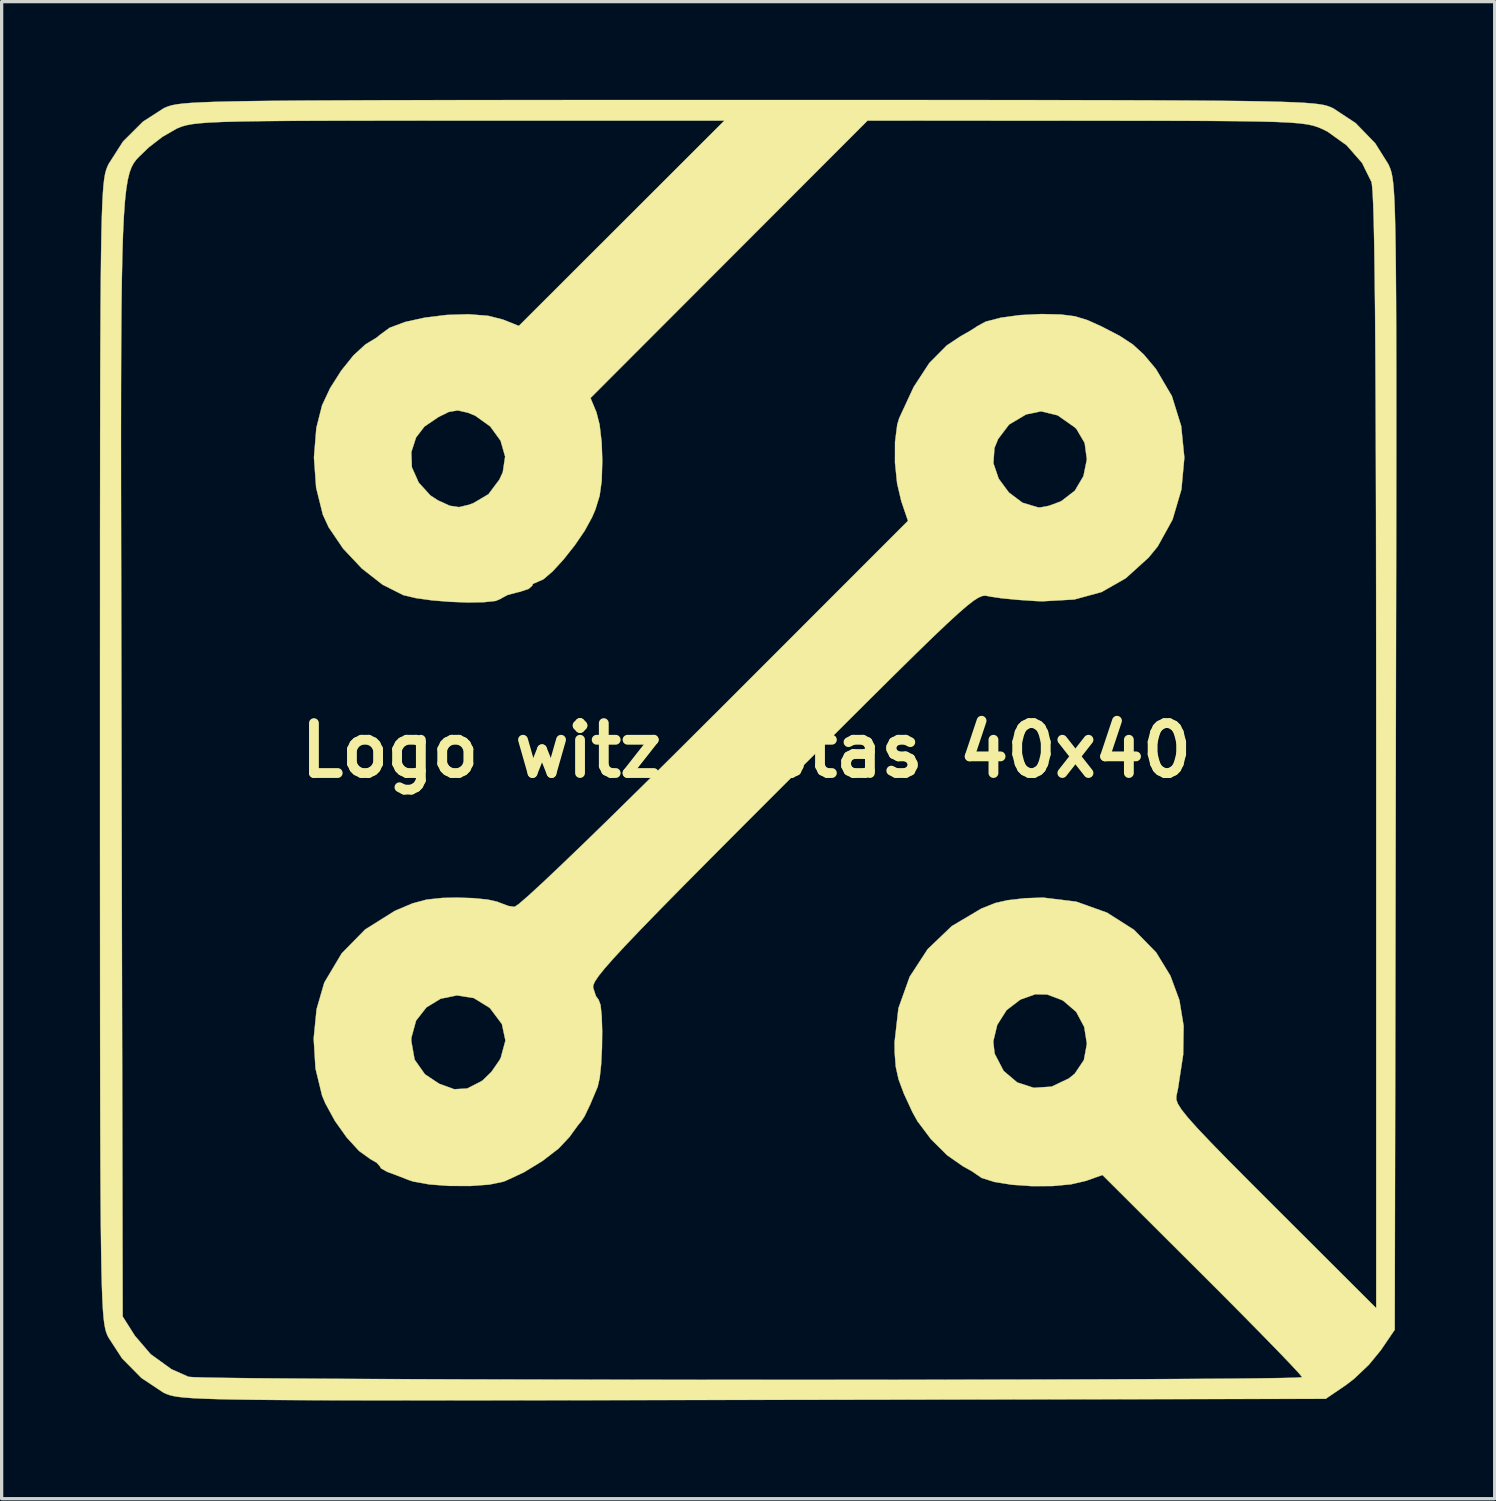
<source format=kicad_pcb>
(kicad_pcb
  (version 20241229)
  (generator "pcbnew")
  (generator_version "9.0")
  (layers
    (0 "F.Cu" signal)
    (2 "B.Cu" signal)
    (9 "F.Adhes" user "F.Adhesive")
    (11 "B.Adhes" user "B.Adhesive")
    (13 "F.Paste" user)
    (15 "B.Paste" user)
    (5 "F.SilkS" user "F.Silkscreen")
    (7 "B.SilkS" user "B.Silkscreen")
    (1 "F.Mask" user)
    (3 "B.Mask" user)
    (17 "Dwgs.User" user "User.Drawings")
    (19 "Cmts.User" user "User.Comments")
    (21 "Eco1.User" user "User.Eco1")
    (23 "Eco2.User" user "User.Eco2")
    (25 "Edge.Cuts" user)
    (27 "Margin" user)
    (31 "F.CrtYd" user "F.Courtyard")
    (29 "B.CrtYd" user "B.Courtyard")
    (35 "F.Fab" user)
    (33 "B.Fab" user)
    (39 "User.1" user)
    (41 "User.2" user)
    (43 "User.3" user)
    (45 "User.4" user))
  (footprint "Logo witz pistas 40x40"
    (layer "F.Cu")
    (at 19.747 19.872)
    (property "Reference" "Logo witz pistas 40x40" (at 0 0 0) (layer "F.SilkS") (effects (font (size 1.524 1.524) (thickness 0.3))))
    (attr through_hole)
    (fp_poly (pts (xy 9.611 -13.315) (xy 10.037 -13.261) (xy 10.422 -13.143) (xy 10.853 -12.948) (xy 11.406 -12.661) (xy 11.806 -12.399) (xy 12.136 -12.096) (xy 12.479 -11.689) (xy 12.523 -11.631) (xy 12.997 -10.825) (xy 13.281 -9.911) (xy 13.378 -8.944) (xy 13.289 -7.973) (xy 13.018 -7.052) (xy 12.565 -6.232) (xy 12.287 -5.892) (xy 11.588 -5.259) (xy 10.848 -4.838) (xy 10.016 -4.611) (xy 9.042 -4.556) (xy 8.837 -4.564) (xy 8.288 -4.601) (xy 7.795 -4.649) (xy 7.442 -4.701) (xy 7.374 -4.716) (xy 7.296 -4.729) (xy 7.208 -4.718) (xy 7.095 -4.672) (xy 6.945 -4.577) (xy 6.744 -4.421) (xy 6.479 -4.192) (xy 6.136 -3.877) (xy 5.702 -3.465) (xy 5.164 -2.942) (xy 4.508 -2.296) (xy 3.72 -1.515) (xy 2.788 -0.586) (xy 1.698 0.502) (xy 1.138 1.063) (xy -0.046 2.247) (xy -1.062 3.268) (xy -1.924 4.137) (xy -2.643 4.867) (xy -3.23 5.472) (xy -3.699 5.963) (xy -4.06 6.354) (xy -4.327 6.657) (xy -4.51 6.885) (xy -4.622 7.051) (xy -4.675 7.167) (xy -4.681 7.243) (xy -4.595 7.504) (xy -4.512 7.617) (xy -4.454 7.774) (xy -4.418 8.115) (xy -4.404 8.574) (xy -4.41 9.086) (xy -4.435 9.584) (xy -4.48 10.002) (xy -4.542 10.274) (xy -4.769 10.812) (xy -4.942 11.173) (xy -5.036 11.317) (xy -5.146 11.452) (xy -5.335 11.711) (xy -5.398 11.8) (xy -5.733 12.157) (xy -6.227 12.538) (xy -6.798 12.887) (xy -7.365 13.15) (xy -7.419 13.17) (xy -7.848 13.26) (xy -8.43 13.303) (xy -9.072 13.301) (xy -9.684 13.255) (xy -10.174 13.167) (xy -10.311 13.122) (xy -10.664 12.984) (xy -10.947 12.879) (xy -10.971 12.871) (xy -11.156 12.766) (xy -11.191 12.706) (xy -11.292 12.592) (xy -11.488 12.479) (xy -11.828 12.235) (xy -12.205 11.824) (xy -12.567 11.315) (xy -12.861 10.777) (xy -12.959 10.542) (xy -13.16 9.716) (xy -13.211 8.874) (xy -10.235 8.874) (xy -10.133 9.445) (xy -9.818 9.891) (xy -9.382 10.181) (xy -8.922 10.348) (xy -8.528 10.326) (xy -8.099 10.107) (xy -8.048 10.072) (xy -7.784 9.814) (xy -7.538 9.457) (xy -7.502 9.389) (xy -7.359 8.861) (xy -7.466 8.358) (xy -7.822 7.882) (xy -7.852 7.854) (xy -8.325 7.563) (xy -8.838 7.481) (xy -9.338 7.583) (xy -9.773 7.848) (xy -10.089 8.253) (xy -10.232 8.775) (xy -10.235 8.874) (xy -13.211 8.874) (xy -13.216 8.804) (xy -13.127 7.904) (xy -12.898 7.112) (xy -12.883 7.077) (xy -12.36 6.198) (xy -11.643 5.468) (xy -10.752 4.909) (xy -10.688 4.879) (xy -10.197 4.672) (xy -9.768 4.556) (xy -9.286 4.505) (xy -8.859 4.495) (xy -8.345 4.511) (xy -7.901 4.555) (xy -7.611 4.62) (xy -7.578 4.634) (xy -7.269 4.75) (xy -7.081 4.778) (xy -6.95 4.69) (xy -6.655 4.435) (xy -6.207 4.023) (xy -5.62 3.467) (xy -4.903 2.778) (xy -4.071 1.967) (xy -3.134 1.046) (xy -2.105 0.026) (xy -0.995 -1.08) (xy -0.957 -1.117) (xy 4.937 -7.013) (xy 4.732 -7.616) (xy 4.605 -8.157) (xy 4.542 -8.774) (xy 7.545 -8.774) (xy 7.707 -8.301) (xy 8.019 -7.878) (xy 8.435 -7.566) (xy 8.908 -7.424) (xy 8.972 -7.422) (xy 9.239 -7.472) (xy 9.584 -7.599) (xy 9.622 -7.617) (xy 10.033 -7.933) (xy 10.297 -8.38) (xy 10.401 -8.89) (xy 10.334 -9.392) (xy 10.083 -9.819) (xy 10.032 -9.868) (xy 9.509 -10.236) (xy 9 -10.359) (xy 8.543 -10.263) (xy 8.025 -9.955) (xy 7.691 -9.514) (xy 7.578 -9.238) (xy 7.545 -8.774) (xy 4.542 -8.774) (xy 4.54 -8.791) (xy 4.541 -9.42) (xy 4.609 -9.951) (xy 4.668 -10.148) (xy 5.111 -11.102) (xy 5.589 -11.834) (xy 6.123 -12.372) (xy 6.539 -12.648) (xy 6.834 -12.816) (xy 7.021 -12.935) (xy 7.042 -12.952) (xy 7.309 -13.097) (xy 7.767 -13.216) (xy 8.352 -13.297) (xy 9.004 -13.329) (xy 9.039 -13.329) (xy 9.611 -13.315)) (stroke (width 0.01) (type solid)) (fill yes) (layer "F.SilkS"))
    (fp_poly (pts (xy 2.497 -19.867) (xy 4.693 -19.867) (xy 6.662 -19.866) (xy 8.419 -19.865) (xy 9.974 -19.863) (xy 11.343 -19.86) (xy 12.536 -19.856) (xy 13.566 -19.85) (xy 14.447 -19.843) (xy 15.192 -19.835) (xy 15.812 -19.824) (xy 16.321 -19.812) (xy 16.732 -19.797) (xy 17.056 -19.78) (xy 17.308 -19.76) (xy 17.499 -19.738) (xy 17.643 -19.713) (xy 17.752 -19.684) (xy 17.839 -19.652) (xy 17.916 -19.617) (xy 17.923 -19.614) (xy 18.61 -19.162) (xy 19.209 -18.544) (xy 19.61 -17.904) (xy 19.646 -17.824) (xy 19.679 -17.739) (xy 19.708 -17.636) (xy 19.734 -17.503) (xy 19.757 -17.327) (xy 19.777 -17.094) (xy 19.795 -16.793) (xy 19.809 -16.411) (xy 19.821 -15.935) (xy 19.831 -15.352) (xy 19.839 -14.65) (xy 19.845 -13.815) (xy 19.849 -12.836) (xy 19.851 -11.699) (xy 19.852 -10.393) (xy 19.851 -8.903) (xy 19.85 -7.218) (xy 19.847 -5.325) (xy 19.843 -3.21) (xy 19.839 -0.863) (xy 19.837 0.173) (xy 19.804 17.695) (xy 19.377 18.322) (xy 19.012 18.766) (xy 18.559 19.195) (xy 18.322 19.377) (xy 17.695 19.804) (xy 0.203 19.837) (xy -2.243 19.841) (xy -4.449 19.845) (xy -6.429 19.848) (xy -8.196 19.85) (xy -9.763 19.851) (xy -11.141 19.85) (xy -12.343 19.849) (xy -13.383 19.845) (xy -14.273 19.84) (xy -15.026 19.833) (xy -15.654 19.824) (xy -16.169 19.813) (xy -16.586 19.799) (xy -16.915 19.783) (xy -17.171 19.764) (xy -17.366 19.742) (xy -17.511 19.717) (xy -17.621 19.689) (xy -17.708 19.658) (xy -17.784 19.623) (xy -17.809 19.611) (xy -18.476 19.168) (xy -19.068 18.569) (xy -19.488 17.923) (xy -19.524 17.846) (xy -19.556 17.76) (xy -19.584 17.654) (xy -19.61 17.514) (xy -19.633 17.327) (xy -19.653 17.082) (xy -19.67 16.764) (xy -19.685 16.362) (xy -19.698 15.863) (xy -19.708 15.253) (xy -19.717 14.521) (xy -19.724 13.653) (xy -19.73 12.637) (xy -19.734 11.46) (xy -19.737 10.109) (xy -19.739 8.572) (xy -19.74 6.835) (xy -19.741 4.887) (xy -19.742 2.714) (xy -19.742 0.304) (xy -19.742 0.022) (xy -19.742 -2.415) (xy -19.741 -4.613) (xy -19.741 -6.586) (xy -19.739 -8.344) (xy -19.738 -9.693) (xy -19.102 -9.693) (xy -19.101 -8.086) (xy -19.098 -6.276) (xy -19.094 -4.251) (xy -19.089 -1.999) (xy -19.085 0.189) (xy -19.05 17.29) (xy -18.677 17.879) (xy -18.196 18.441) (xy -17.562 18.899) (xy -17.038 19.132) (xy -16.879 19.144) (xy -16.489 19.155) (xy -15.885 19.165) (xy -15.085 19.175) (xy -14.107 19.183) (xy -12.969 19.191) (xy -11.687 19.198) (xy -10.281 19.204) (xy -8.767 19.21) (xy -7.163 19.214) (xy -5.486 19.218) (xy -3.755 19.221) (xy -1.987 19.223) (xy -0.2 19.224) (xy 1.589 19.225) (xy 3.362 19.224) (xy 5.101 19.223) (xy 6.789 19.22) (xy 8.408 19.217) (xy 9.94 19.213) (xy 11.368 19.208) (xy 12.674 19.202) (xy 13.841 19.195) (xy 14.85 19.188) (xy 15.684 19.179) (xy 16.326 19.169) (xy 16.757 19.159) (xy 16.961 19.147) (xy 16.975 19.143) (xy 16.889 19.035) (xy 16.645 18.771) (xy 16.263 18.372) (xy 15.764 17.86) (xy 15.168 17.254) (xy 14.496 16.577) (xy 13.926 16.008) (xy 10.877 12.967) (xy 10.374 13.146) (xy 9.917 13.252) (xy 9.345 13.305) (xy 8.721 13.308) (xy 8.111 13.265) (xy 7.578 13.18) (xy 7.188 13.057) (xy 7.042 12.957) (xy 6.895 12.856) (xy 6.629 12.708) (xy 6.619 12.703) (xy 6.131 12.362) (xy 5.639 11.873) (xy 5.226 11.324) (xy 5.071 11.044) (xy 4.811 10.48) (xy 4.65 10.048) (xy 4.564 9.662) (xy 4.531 9.233) (xy 4.527 8.923) (xy 4.53 8.891) (xy 7.541 8.891) (xy 7.583 9.261) (xy 7.858 9.789) (xy 8.274 10.141) (xy 8.779 10.305) (xy 9.322 10.269) (xy 9.852 10.018) (xy 10.031 9.872) (xy 10.31 9.457) (xy 10.402 8.959) (xy 10.32 8.445) (xy 10.075 7.985) (xy 9.681 7.647) (xy 9.622 7.617) (xy 9.188 7.454) (xy 8.823 7.447) (xy 8.399 7.599) (xy 8.359 7.617) (xy 7.948 7.932) (xy 7.662 8.384) (xy 7.541 8.891) (xy 4.53 8.891) (xy 4.645 7.874) (xy 4.988 6.914) (xy 5.538 6.07) (xy 6.274 5.366) (xy 7.18 4.829) (xy 7.607 4.659) (xy 7.99 4.573) (xy 8.512 4.514) (xy 9.059 4.495) (xy 9.063 4.495) (xy 10.076 4.619) (xy 11.015 4.954) (xy 11.841 5.479) (xy 12.518 6.171) (xy 12.952 6.882) (xy 13.227 7.627) (xy 13.356 8.413) (xy 13.342 9.292) (xy 13.186 10.317) (xy 13.134 10.562) (xy 13.133 10.664) (xy 13.18 10.795) (xy 13.294 10.974) (xy 13.49 11.219) (xy 13.785 11.549) (xy 14.196 11.982) (xy 14.739 12.539) (xy 15.432 13.236) (xy 16.152 13.956) (xy 19.239 17.036) (xy 19.239 0.076) (xy 19.238 -2.541) (xy 19.236 -4.916) (xy 19.233 -7.055) (xy 19.228 -8.968) (xy 19.221 -10.661) (xy 19.213 -12.143) (xy 19.204 -13.423) (xy 19.192 -14.508) (xy 19.179 -15.406) (xy 19.164 -16.127) (xy 19.147 -16.676) (xy 19.128 -17.064) (xy 19.107 -17.298) (xy 19.094 -17.365) (xy 18.807 -17.946) (xy 18.337 -18.483) (xy 17.75 -18.903) (xy 17.588 -18.984) (xy 17.457 -19.039) (xy 17.314 -19.085) (xy 17.136 -19.123) (xy 16.902 -19.154) (xy 16.59 -19.179) (xy 16.179 -19.198) (xy 15.647 -19.212) (xy 14.971 -19.222) (xy 14.132 -19.229) (xy 13.106 -19.233) (xy 11.873 -19.235) (xy 10.411 -19.236) (xy 10.37 -19.236) (xy 3.702 -19.239) (xy -0.53 -15.002) (xy -4.761 -10.765) (xy -4.581 -10.334) (xy -4.483 -9.952) (xy -4.419 -9.4) (xy -4.401 -8.853) (xy -4.418 -8.241) (xy -4.482 -7.778) (xy -4.61 -7.362) (xy -4.714 -7.12) (xy -4.94 -6.707) (xy -5.245 -6.261) (xy -5.585 -5.832) (xy -5.917 -5.47) (xy -6.198 -5.229) (xy -6.365 -5.155) (xy -6.523 -5.086) (xy -6.539 -5.035) (xy -6.649 -4.936) (xy -6.919 -4.845) (xy -6.98 -4.833) (xy -7.293 -4.749) (xy -7.48 -4.651) (xy -7.49 -4.638) (xy -7.659 -4.567) (xy -8.016 -4.529) (xy -8.499 -4.52) (xy -9.048 -4.54) (xy -9.601 -4.585) (xy -10.097 -4.654) (xy -10.476 -4.744) (xy -10.483 -4.747) (xy -11.112 -5.064) (xy -11.744 -5.558) (xy -12.315 -6.164) (xy -12.758 -6.817) (xy -12.936 -7.203) (xy -13.141 -8.03) (xy -13.207 -8.948) (xy -13.194 -9.112) (xy -10.234 -9.112) (xy -10.217 -8.65) (xy -10.008 -8.182) (xy -9.651 -7.789) (xy -9.42 -7.639) (xy -9.055 -7.473) (xy -8.78 -7.432) (xy -8.473 -7.504) (xy -8.34 -7.553) (xy -7.878 -7.826) (xy -7.545 -8.27) (xy -7.44 -8.496) (xy -7.368 -8.976) (xy -7.507 -9.462) (xy -7.824 -9.898) (xy -8.285 -10.227) (xy -8.504 -10.316) (xy -8.816 -10.387) (xy -9.092 -10.339) (xy -9.404 -10.185) (xy -9.834 -9.892) (xy -10.089 -9.56) (xy -10.234 -9.112) (xy -13.194 -9.112) (xy -13.134 -9.852) (xy -12.959 -10.542) (xy -12.713 -11.067) (xy -12.374 -11.601) (xy -11.998 -12.069) (xy -11.637 -12.4) (xy -11.528 -12.467) (xy -11.292 -12.61) (xy -11.191 -12.694) (xy -10.899 -12.909) (xy -10.421 -13.088) (xy -9.817 -13.221) (xy -9.152 -13.302) (xy -8.488 -13.323) (xy -7.888 -13.276) (xy -7.433 -13.16) (xy -6.949 -12.967) (xy -3.809 -16.103) (xy -0.669 -19.239) (xy -8.766 -19.239) (xy -10.396 -19.238) (xy -11.793 -19.237) (xy -12.978 -19.235) (xy -13.969 -19.23) (xy -14.786 -19.223) (xy -15.448 -19.213) (xy -15.974 -19.199) (xy -16.384 -19.181) (xy -16.697 -19.158) (xy -16.933 -19.13) (xy -17.111 -19.096) (xy -17.249 -19.056) (xy -17.368 -19.008) (xy -17.401 -18.994) (xy -17.838 -18.742) (xy -18.252 -18.422) (xy -18.335 -18.343) (xy -18.444 -18.237) (xy -18.543 -18.143) (xy -18.631 -18.05) (xy -18.71 -17.945) (xy -18.78 -17.815) (xy -18.842 -17.647) (xy -18.895 -17.428) (xy -18.941 -17.147) (xy -18.98 -16.79) (xy -19.012 -16.345) (xy -19.039 -15.799) (xy -19.06 -15.14) (xy -19.076 -14.354) (xy -19.088 -13.429) (xy -19.096 -12.352) (xy -19.1 -11.111) (xy -19.102 -9.693) (xy -19.738 -9.693) (xy -19.737 -9.903) (xy -19.735 -11.274) (xy -19.731 -12.469) (xy -19.725 -13.503) (xy -19.718 -14.387) (xy -19.71 -15.134) (xy -19.7 -15.757) (xy -19.687 -16.269) (xy -19.672 -16.682) (xy -19.655 -17.009) (xy -19.636 -17.264) (xy -19.613 -17.458) (xy -19.588 -17.604) (xy -19.559 -17.716) (xy -19.527 -17.806) (xy -19.492 -17.886) (xy -19.483 -17.906) (xy -19.039 -18.6) (xy -18.43 -19.206) (xy -17.797 -19.614) (xy -17.72 -19.649) (xy -17.634 -19.681) (xy -17.528 -19.71) (xy -17.388 -19.736) (xy -17.201 -19.759) (xy -16.955 -19.779) (xy -16.637 -19.796) (xy -16.235 -19.811) (xy -15.735 -19.823) (xy -15.124 -19.834) (xy -14.391 -19.843) (xy -13.522 -19.85) (xy -12.505 -19.855) (xy -11.326 -19.86) (xy -9.974 -19.863) (xy -8.435 -19.865) (xy -6.696 -19.866) (xy -4.745 -19.867) (xy -2.57 -19.867) (xy -0.156 -19.867) (xy 0.063 -19.867) (xy 2.497 -19.867)) (stroke (width 0.01) (type solid)) (fill yes) (layer "F.SilkS")))
  (gr_rect
    (start -3 -3)
    (end 42.604 42.728)
    (stroke (width 0.1) (type default))
    (fill no)
    (layer "Edge.Cuts")))
</source>
